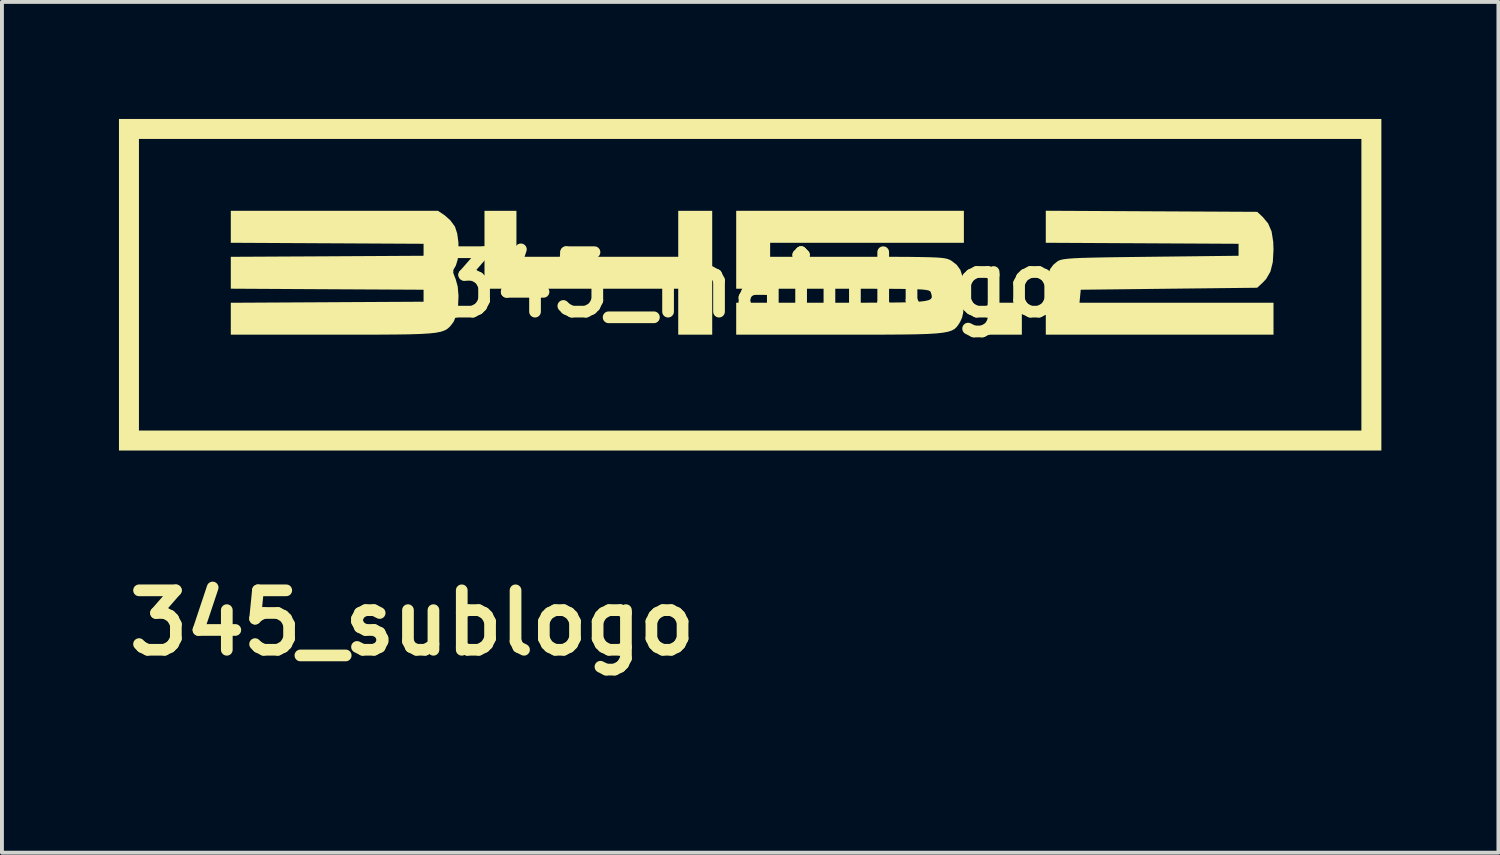
<source format=kicad_pcb>
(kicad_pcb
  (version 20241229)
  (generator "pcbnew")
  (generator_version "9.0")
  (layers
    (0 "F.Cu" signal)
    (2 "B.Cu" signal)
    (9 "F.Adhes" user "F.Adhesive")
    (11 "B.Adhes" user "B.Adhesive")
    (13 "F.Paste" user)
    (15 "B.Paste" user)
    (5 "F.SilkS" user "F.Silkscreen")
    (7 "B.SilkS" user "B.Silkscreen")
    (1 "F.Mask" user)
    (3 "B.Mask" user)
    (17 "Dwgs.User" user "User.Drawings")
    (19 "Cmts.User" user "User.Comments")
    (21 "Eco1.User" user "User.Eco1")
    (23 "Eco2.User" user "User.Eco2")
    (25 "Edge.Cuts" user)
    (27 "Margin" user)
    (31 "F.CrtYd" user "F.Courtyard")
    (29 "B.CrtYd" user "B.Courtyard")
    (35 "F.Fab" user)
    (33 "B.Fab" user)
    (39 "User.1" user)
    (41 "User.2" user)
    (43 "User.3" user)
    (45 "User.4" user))
  (footprint "345_sublogo"
    (layer "F.Cu")
    (at 7.518 12.919)
    (property "Reference" "345_sublogo" (at 0 0 0) (layer "F.SilkS") (effects (font (size 1.524 1.524) (thickness 0.3))))
    (attr board_only exclude_from_pos_files exclude_from_bom)
    (fp_poly (pts (xy 1.819 1.911) (xy 1.837 1.987) (xy 1.835 1.998) (xy 1.797 2.023) (xy 1.745 1.976) (xy 1.703 1.896) (xy 1.709 1.859) (xy 1.765 1.855)) (stroke (width 0) (type solid)) (fill yes) (layer "F.Mask"))
    (fp_poly (pts (xy 1.978 1.86) (xy 1.997 1.923) (xy 1.971 1.99) (xy 1.916 1.979) (xy 1.873 1.913) (xy 1.857 1.83) (xy 1.865 1.805) (xy 1.921 1.803)) (stroke (width 0) (type solid)) (fill yes) (layer "F.Mask"))
    (fp_poly (pts (xy 4.385 1.911) (xy 4.404 1.975) (xy 4.378 2.041) (xy 4.323 2.03) (xy 4.28 1.964) (xy 4.264 1.881) (xy 4.271 1.857) (xy 4.328 1.854)) (stroke (width 0) (type solid)) (fill yes) (layer "F.Mask"))
    (fp_poly (pts (xy 8.441 2.704) (xy 8.45 2.74) (xy 8.411 2.804) (xy 8.331 2.813) (xy 8.28 2.784) (xy 8.268 2.721) (xy 8.327 2.671) (xy 8.376 2.663)) (stroke (width 0) (type solid)) (fill yes) (layer "F.Mask"))
    (fp_poly (pts (xy 3.541 2.184) (xy 3.627 2.251) (xy 3.669 2.325) (xy 3.664 2.352) (xy 3.61 2.401) (xy 3.527 2.382) (xy 3.469 2.352) (xy 3.4 2.28) (xy 3.382 2.202) (xy 3.422 2.155) (xy 3.444 2.152)) (stroke (width 0) (type solid)) (fill yes) (layer "F.Mask"))
    (fp_poly (pts (xy 3.669 1.888) (xy 3.747 1.925) (xy 3.844 1.993) (xy 3.88 2.056) (xy 3.879 2.061) (xy 3.819 2.127) (xy 3.711 2.103) (xy 3.652 2.067) (xy 3.578 1.986) (xy 3.567 1.918) (xy 3.601 1.876)) (stroke (width 0) (type solid)) (fill yes) (layer "F.Mask"))
    (fp_poly (pts (xy 4.19 1.906) (xy 4.199 1.916) (xy 4.215 1.976) (xy 4.23 2.019) (xy 4.235 2.087) (xy 4.191 2.093) (xy 4.127 2.043) (xy 4.097 1.997) (xy 4.068 1.918) (xy 4.109 1.895) (xy 4.121 1.895)) (stroke (width 0) (type solid)) (fill yes) (layer "F.Mask"))
    (fp_poly (pts (xy 9.535 2.382) (xy 9.611 2.436) (xy 9.615 2.445) (xy 9.587 2.486) (xy 9.497 2.507) (xy 9.383 2.508) (xy 9.284 2.487) (xy 9.243 2.458) (xy 9.254 2.399) (xy 9.288 2.377) (xy 9.412 2.359)) (stroke (width 0) (type solid)) (fill yes) (layer "F.Mask"))
    (fp_poly (pts (xy 13.492 2.212) (xy 13.561 2.246) (xy 13.571 2.279) (xy 13.54 2.329) (xy 13.438 2.353) (xy 13.34 2.356) (xy 13.188 2.346) (xy 13.119 2.311) (xy 13.11 2.279) (xy 13.14 2.228) (xy 13.242 2.205) (xy 13.34 2.202)) (stroke (width 0) (type solid)) (fill yes) (layer "F.Mask"))
    (fp_poly (pts (xy 6.124 1.972) (xy 6.174 2.012) (xy 6.261 2.11) (xy 6.282 2.187) (xy 6.278 2.194) (xy 6.231 2.243) (xy 6.167 2.233) (xy 6.064 2.156) (xy 6.032 2.128) (xy 5.945 2.04) (xy 5.934 1.982) (xy 5.963 1.948) (xy 6.032 1.925)) (stroke (width 0) (type solid)) (fill yes) (layer "F.Mask"))
    (fp_poly (pts (xy 1.634 1.995) (xy 1.712 2.103) (xy 1.769 2.218) (xy 1.877 2.48) (xy 1.93 2.67) (xy 1.926 2.783) (xy 1.874 2.817) (xy 1.789 2.774) (xy 1.762 2.727) (xy 1.73 2.634) (xy 1.675 2.48) (xy 1.615 2.32) (xy 1.554 2.146) (xy 1.531 2.044) (xy 1.544 1.992) (xy 1.571 1.975)) (stroke (width 0) (type solid)) (fill yes) (layer "F.Mask"))
    (fp_poly (pts (xy 13.617 1.881) (xy 13.648 1.958) (xy 13.624 2.021) (xy 13.623 2.022) (xy 13.563 2.009) (xy 13.519 1.96) (xy 13.477 1.9) (xy 13.478 1.926) (xy 13.488 1.957) (xy 13.488 2.045) (xy 13.446 2.08) (xy 13.394 2.043) (xy 13.384 2.021) (xy 13.393 1.927) (xy 13.475 1.86) (xy 13.552 1.844)) (stroke (width 0) (type solid)) (fill yes) (layer "F.Mask"))
    (fp_poly (pts (xy 13.147 2.552) (xy 13.161 2.612) (xy 13.178 2.679) (xy 13.247 2.708) (xy 13.366 2.714) (xy 13.508 2.727) (xy 13.567 2.769) (xy 13.571 2.791) (xy 13.526 2.839) (xy 13.418 2.865) (xy 13.281 2.868) (xy 13.151 2.848) (xy 13.069 2.806) (xy 13.018 2.713) (xy 13.01 2.605) (xy 13.043 2.526) (xy 13.084 2.509)) (stroke (width 0) (type solid)) (fill yes) (layer "F.Mask"))
    (fp_poly (pts (xy 1.313 2.017) (xy 1.322 2.095) (xy 1.309 2.178) (xy 1.249 2.415) (xy 1.169 2.609) (xy 1.08 2.745) (xy 0.991 2.81) (xy 0.911 2.789) (xy 0.909 2.787) (xy 0.912 2.728) (xy 0.959 2.62) (xy 0.973 2.595) (xy 1.048 2.436) (xy 1.115 2.25) (xy 1.124 2.215) (xy 1.183 2.061) (xy 1.252 1.998) (xy 1.262 1.997)) (stroke (width 0) (type solid)) (fill yes) (layer "F.Mask"))
    (fp_poly (pts (xy 6.848 2.157) (xy 6.862 2.228) (xy 6.823 2.326) (xy 6.719 2.442) (xy 6.572 2.564) (xy 6.402 2.679) (xy 6.229 2.772) (xy 6.076 2.832) (xy 5.962 2.846) (xy 5.916 2.819) (xy 5.907 2.733) (xy 5.999 2.666) (xy 6.104 2.635) (xy 6.225 2.581) (xy 6.382 2.476) (xy 6.531 2.35) (xy 6.69 2.21) (xy 6.793 2.146)) (stroke (width 0) (type solid)) (fill yes) (layer "F.Mask"))
    (fp_poly (pts (xy 4.323 2.204) (xy 4.333 2.225) (xy 4.32 2.319) (xy 4.235 2.443) (xy 4.1 2.576) (xy 3.933 2.7) (xy 3.814 2.766) (xy 3.617 2.846) (xy 3.489 2.862) (xy 3.421 2.812) (xy 3.416 2.801) (xy 3.445 2.741) (xy 3.571 2.672) (xy 3.645 2.644) (xy 3.866 2.532) (xy 4.073 2.373) (xy 4.099 2.347) (xy 4.217 2.233) (xy 4.285 2.188)) (stroke (width 0) (type solid)) (fill yes) (layer "F.Mask"))
    (fp_poly (pts (xy 8.69 1.993) (xy 8.7 2.119) (xy 8.705 2.301) (xy 8.706 2.381) (xy 8.701 2.614) (xy 8.683 2.755) (xy 8.651 2.812) (xy 8.601 2.796) (xy 8.586 2.782) (xy 8.567 2.716) (xy 8.555 2.581) (xy 8.552 2.475) (xy 8.543 2.324) (xy 8.521 2.224) (xy 8.501 2.202) (xy 8.452 2.169) (xy 8.461 2.096) (xy 8.518 2.02) (xy 8.549 1.999) (xy 8.64 1.956) (xy 8.677 1.946)) (stroke (width 0) (type solid)) (fill yes) (layer "F.Mask"))
    (fp_poly (pts (xy 10.32 1.861) (xy 10.335 1.927) (xy 10.328 2.064) (xy 10.318 2.157) (xy 10.303 2.337) (xy 10.31 2.426) (xy 10.339 2.436) (xy 10.383 2.435) (xy 10.393 2.516) (xy 10.368 2.684) (xy 10.364 2.708) (xy 10.316 2.826) (xy 10.25 2.866) (xy 10.187 2.82) (xy 10.171 2.787) (xy 10.143 2.654) (xy 10.136 2.478) (xy 10.147 2.283) (xy 10.172 2.096) (xy 10.209 1.945) (xy 10.254 1.856) (xy 10.28 1.844)) (stroke (width 0) (type solid)) (fill yes) (layer "F.Mask"))
    (fp_poly (pts (xy 2.896 2.255) (xy 3.045 2.261) (xy 3.129 2.277) (xy 3.166 2.305) (xy 3.175 2.35) (xy 3.175 2.356) (xy 3.168 2.402) (xy 3.135 2.432) (xy 3.056 2.449) (xy 2.914 2.456) (xy 2.69 2.458) (xy 2.663 2.458) (xy 2.43 2.457) (xy 2.281 2.45) (xy 2.197 2.434) (xy 2.16 2.406) (xy 2.151 2.361) (xy 2.151 2.356) (xy 2.158 2.309) (xy 2.191 2.279) (xy 2.27 2.262) (xy 2.412 2.255) (xy 2.635 2.253) (xy 2.663 2.253)) (stroke (width 0) (type solid)) (fill yes) (layer "F.Mask"))
    (fp_poly (pts (xy 13.003 1.888) (xy 13.007 1.92) (xy 13.05 1.983) (xy 13.114 1.997) (xy 13.19 2.022) (xy 13.192 2.074) (xy 13.129 2.125) (xy 13.071 2.141) (xy 12.976 2.199) (xy 12.928 2.32) (xy 12.871 2.529) (xy 12.801 2.706) (xy 12.729 2.826) (xy 12.669 2.868) (xy 12.604 2.844) (xy 12.598 2.827) (xy 12.613 2.76) (xy 12.655 2.629) (xy 12.696 2.507) (xy 12.795 2.228) (xy 12.687 2.201) (xy 12.584 2.152) (xy 12.561 2.094) (xy 12.621 2.054) (xy 12.675 2.048) (xy 12.795 2.016) (xy 12.839 1.946) (xy 12.888 1.867) (xy 12.956 1.846)) (stroke (width 0) (type solid)) (fill yes) (layer "F.Mask"))
    (fp_poly (pts (xy 7.776 1.966) (xy 7.886 2.048) (xy 7.96 2.184) (xy 7.989 2.369) (xy 7.97 2.559) (xy 7.909 2.703) (xy 7.79 2.798) (xy 7.648 2.804) (xy 7.51 2.722) (xy 7.497 2.709) (xy 7.418 2.558) (xy 7.406 2.461) (xy 7.53 2.461) (xy 7.569 2.577) (xy 7.589 2.601) (xy 7.696 2.66) (xy 7.792 2.618) (xy 7.843 2.539) (xy 7.874 2.391) (xy 7.852 2.243) (xy 7.785 2.136) (xy 7.749 2.115) (xy 7.658 2.123) (xy 7.584 2.204) (xy 7.538 2.327) (xy 7.53 2.461) (xy 7.406 2.461) (xy 7.395 2.372) (xy 7.426 2.19) (xy 7.51 2.053) (xy 7.521 2.044) (xy 7.659 1.96)) (stroke (width 0) (type solid)) (fill yes) (layer "F.Mask"))
    (fp_poly (pts (xy 5.108 2.11) (xy 5.454 2.125) (xy 5.454 2.505) (xy 5.447 2.694) (xy 5.43 2.83) (xy 5.406 2.891) (xy 5.403 2.891) (xy 5.327 2.892) (xy 5.184 2.888) (xy 5.031 2.881) (xy 4.844 2.863) (xy 4.742 2.834) (xy 4.711 2.789) (xy 4.711 2.788) (xy 4.739 2.743) (xy 4.834 2.72) (xy 4.993 2.714) (xy 5.163 2.707) (xy 5.25 2.683) (xy 5.275 2.637) (xy 5.247 2.589) (xy 5.152 2.565) (xy 5.019 2.56) (xy 4.858 2.552) (xy 4.779 2.524) (xy 4.763 2.484) (xy 4.79 2.435) (xy 4.885 2.412) (xy 5.019 2.407) (xy 5.18 2.399) (xy 5.258 2.37) (xy 5.275 2.33) (xy 5.247 2.282) (xy 5.152 2.258) (xy 5.019 2.253) (xy 4.859 2.245) (xy 4.78 2.218) (xy 4.763 2.174) (xy 4.78 2.132) (xy 4.846 2.11) (xy 4.981 2.106)) (stroke (width 0) (type solid)) (fill yes) (layer "F.Mask"))
    (fp_poly (pts (xy 11.896 1.878) (xy 11.898 1.976) (xy 11.828 2.128) (xy 11.823 2.135) (xy 11.758 2.25) (xy 11.749 2.296) (xy 11.792 2.29) (xy 11.898 2.296) (xy 11.985 2.38) (xy 12.031 2.517) (xy 12.034 2.564) (xy 12.048 2.67) (xy 12.082 2.714) (xy 12.16 2.676) (xy 12.249 2.589) (xy 12.305 2.497) (xy 12.339 2.458) (xy 12.396 2.496) (xy 12.428 2.583) (xy 12.385 2.683) (xy 12.289 2.773) (xy 12.16 2.832) (xy 12.08 2.842) (xy 11.968 2.834) (xy 11.913 2.791) (xy 11.887 2.682) (xy 11.881 2.637) (xy 11.842 2.488) (xy 11.781 2.436) (xy 11.701 2.483) (xy 11.609 2.627) (xy 11.599 2.648) (xy 11.508 2.8) (xy 11.425 2.866) (xy 11.358 2.84) (xy 11.351 2.829) (xy 11.36 2.767) (xy 11.407 2.639) (xy 11.479 2.471) (xy 11.566 2.285) (xy 11.656 2.106) (xy 11.737 1.958) (xy 11.798 1.864) (xy 11.823 1.844)) (stroke (width 0) (type solid)) (fill yes) (layer "F.Mask"))
    (fp_poly (pts (xy 10.945 1.886) (xy 10.959 1.946) (xy 10.995 2.032) (xy 11.061 2.048) (xy 11.145 2.08) (xy 11.164 2.125) (xy 11.121 2.188) (xy 11.061 2.202) (xy 10.979 2.239) (xy 10.951 2.329) (xy 10.976 2.438) (xy 11.05 2.536) (xy 11.088 2.561) (xy 11.179 2.635) (xy 11.189 2.7) (xy 11.119 2.731) (xy 11.081 2.73) (xy 10.98 2.757) (xy 10.944 2.794) (xy 10.86 2.852) (xy 10.73 2.864) (xy 10.596 2.833) (xy 10.527 2.787) (xy 10.463 2.705) (xy 10.447 2.663) (xy 10.456 2.643) (xy 10.624 2.643) (xy 10.629 2.668) (xy 10.691 2.708) (xy 10.768 2.709) (xy 10.805 2.671) (xy 10.768 2.596) (xy 10.675 2.594) (xy 10.673 2.595) (xy 10.624 2.643) (xy 10.456 2.643) (xy 10.489 2.578) (xy 10.586 2.498) (xy 10.695 2.459) (xy 10.706 2.458) (xy 10.784 2.426) (xy 10.805 2.33) (xy 10.789 2.239) (xy 10.718 2.205) (xy 10.652 2.202) (xy 10.53 2.179) (xy 10.498 2.125) (xy 10.544 2.064) (xy 10.652 2.048) (xy 10.764 2.032) (xy 10.804 1.972) (xy 10.805 1.946) (xy 10.837 1.863) (xy 10.882 1.844)) (stroke (width 0) (type solid)) (fill yes) (layer "F.Mask")))
  (footprint "345_mainlogo"
    (layer "F.Cu")
    (at 16.182 4.25)
    (property "Reference" "345_mainlogo" (at 0 0 0) (layer "F.SilkS") (effects (font (size 1.524 1.524) (thickness 0.3))))
    (attr board_only exclude_from_pos_files exclude_from_bom)
    (fp_poly (pts (xy 6.965 1.28) (xy 6.094 1.28) (xy 6.094 0.461) (xy 6.965 0.461)) (stroke (width 0) (type solid)) (fill yes) (layer "F.SilkS"))
    (fp_poly (pts (xy -5.992 -0.717) (xy -1.844 -0.717) (xy -1.844 -1.895) (xy -0.973 -1.895) (xy -0.973 1.28) (xy -1.844 1.28) (xy -1.844 0.102) (xy -6.811 0.102) (xy -6.811 -1.895) (xy -5.992 -1.895)) (stroke (width 0) (type solid)) (fill yes) (layer "F.SilkS"))
    (fp_poly (pts (xy 16.182 4.25) (xy -16.182 4.25) (xy -16.182 3.738) (xy -15.67 3.738) (xy 15.67 3.738) (xy 15.67 -3.738) (xy -15.67 -3.738) (xy -15.67 3.738) (xy -16.182 3.738) (xy -16.182 -4.25) (xy 16.182 -4.25)) (stroke (width 0) (type solid)) (fill yes) (layer "F.SilkS"))
    (fp_poly (pts (xy 12.999 -1.869) (xy 13.138 -1.741) (xy 13.279 -1.572) (xy 13.368 -1.365) (xy 13.41 -1.099) (xy 13.417 -0.896) (xy 13.399 -0.581) (xy 13.339 -0.34) (xy 13.231 -0.151) (xy 13.138 -0.051) (xy 12.999 0.077) (xy 10.737 0.102) (xy 8.475 0.128) (xy 8.459 0.294) (xy 8.443 0.461) (xy 13.417 0.461) (xy 13.417 1.28) (xy 7.579 1.28) (xy 7.579 0.558) (xy 7.584 0.205) (xy 7.602 -0.062) (xy 7.636 -0.26) (xy 7.692 -0.405) (xy 7.774 -0.514) (xy 7.878 -0.599) (xy 7.917 -0.621) (xy 7.971 -0.64) (xy 8.047 -0.655) (xy 8.155 -0.668) (xy 8.305 -0.679) (xy 8.507 -0.688) (xy 8.768 -0.695) (xy 9.1 -0.702) (xy 9.512 -0.708) (xy 10.012 -0.714) (xy 10.268 -0.717) (xy 12.521 -0.743) (xy 12.521 -1.05) (xy 7.579 -1.076) (xy 7.579 -1.897)) (stroke (width 0) (type solid)) (fill yes) (layer "F.SilkS"))
    (fp_poly (pts (xy -7.83 -1.779) (xy -7.689 -1.654) (xy -7.576 -1.502) (xy -7.566 -1.484) (xy -7.51 -1.311) (xy -7.48 -1.091) (xy -7.476 -0.857) (xy -7.498 -0.645) (xy -7.546 -0.489) (xy -7.559 -0.468) (xy -7.608 -0.384) (xy -7.612 -0.305) (xy -7.569 -0.189) (xy -7.553 -0.154) (xy -7.498 0.043) (xy -7.477 0.286) (xy -7.488 0.541) (xy -7.529 0.771) (xy -7.599 0.943) (xy -7.609 0.958) (xy -7.66 1.027) (xy -7.71 1.085) (xy -7.767 1.134) (xy -7.839 1.174) (xy -7.935 1.206) (xy -8.064 1.231) (xy -8.234 1.249) (xy -8.454 1.262) (xy -8.732 1.271) (xy -9.077 1.276) (xy -9.498 1.279) (xy -10.003 1.28) (xy -10.601 1.28) (xy -10.69 1.28) (xy -13.315 1.28) (xy -13.315 0.462) (xy -8.373 0.435) (xy -8.373 0.128) (xy -10.844 0.115) (xy -13.315 0.101) (xy -13.315 -0.716) (xy -10.844 -0.729) (xy -8.373 -0.743) (xy -8.373 -1.05) (xy -13.315 -1.076) (xy -13.315 -1.895) (xy -8.004 -1.895)) (stroke (width 0) (type solid)) (fill yes) (layer "F.SilkS"))
    (fp_poly (pts (xy 5.479 -1.075) (xy 0.512 -1.075) (xy 0.512 -0.717) (xy 2.753 -0.717) (xy 3.292 -0.717) (xy 3.738 -0.716) (xy 4.101 -0.714) (xy 4.39 -0.71) (xy 4.616 -0.705) (xy 4.787 -0.698) (xy 4.913 -0.688) (xy 5.004 -0.675) (xy 5.07 -0.658) (xy 5.119 -0.638) (xy 5.157 -0.617) (xy 5.294 -0.512) (xy 5.388 -0.383) (xy 5.445 -0.208) (xy 5.473 0.032) (xy 5.479 0.292) (xy 5.475 0.543) (xy 5.461 0.719) (xy 5.432 0.845) (xy 5.385 0.948) (xy 5.376 0.963) (xy 5.333 1.031) (xy 5.29 1.088) (xy 5.237 1.136) (xy 5.166 1.175) (xy 5.069 1.206) (xy 4.937 1.23) (xy 4.762 1.249) (xy 4.536 1.262) (xy 4.25 1.271) (xy 3.896 1.276) (xy 3.465 1.279) (xy 2.949 1.28) (xy 2.34 1.28) (xy -0.358 1.28) (xy -0.358 0.461) (xy 2.093 0.461) (xy 2.678 0.461) (xy 3.169 0.46) (xy 3.573 0.457) (xy 3.898 0.453) (xy 4.154 0.445) (xy 4.347 0.433) (xy 4.485 0.416) (xy 4.578 0.394) (xy 4.631 0.365) (xy 4.655 0.329) (xy 4.656 0.285) (xy 4.643 0.233) (xy 4.635 0.207) (xy 4.626 0.183) (xy 4.608 0.163) (xy 4.573 0.147) (xy 4.513 0.134) (xy 4.418 0.123) (xy 4.281 0.116) (xy 4.092 0.11) (xy 3.844 0.106) (xy 3.526 0.104) (xy 3.132 0.103) (xy 2.652 0.102) (xy 2.122 0.102) (xy -0.358 0.102) (xy -0.358 -1.895) (xy 5.479 -1.895)) (stroke (width 0) (type solid)) (fill yes) (layer "F.SilkS")))
  (gr_rect
    (start -3 -3)
    (end 35.365 18.811)
    (stroke (width 0.1) (type default))
    (fill no)
    (layer "Edge.Cuts")))
</source>
